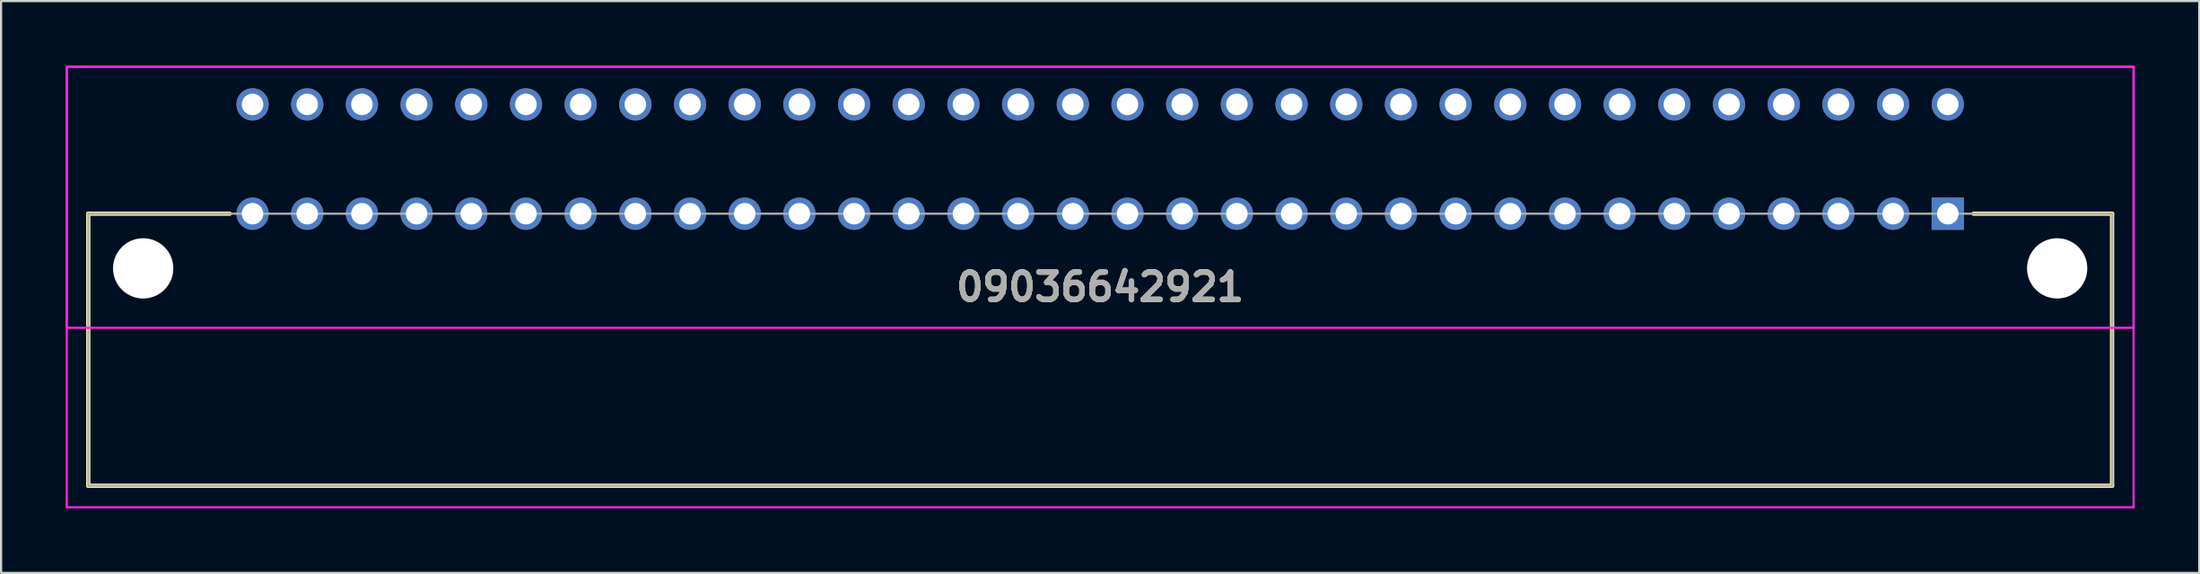
<source format=kicad_pcb>
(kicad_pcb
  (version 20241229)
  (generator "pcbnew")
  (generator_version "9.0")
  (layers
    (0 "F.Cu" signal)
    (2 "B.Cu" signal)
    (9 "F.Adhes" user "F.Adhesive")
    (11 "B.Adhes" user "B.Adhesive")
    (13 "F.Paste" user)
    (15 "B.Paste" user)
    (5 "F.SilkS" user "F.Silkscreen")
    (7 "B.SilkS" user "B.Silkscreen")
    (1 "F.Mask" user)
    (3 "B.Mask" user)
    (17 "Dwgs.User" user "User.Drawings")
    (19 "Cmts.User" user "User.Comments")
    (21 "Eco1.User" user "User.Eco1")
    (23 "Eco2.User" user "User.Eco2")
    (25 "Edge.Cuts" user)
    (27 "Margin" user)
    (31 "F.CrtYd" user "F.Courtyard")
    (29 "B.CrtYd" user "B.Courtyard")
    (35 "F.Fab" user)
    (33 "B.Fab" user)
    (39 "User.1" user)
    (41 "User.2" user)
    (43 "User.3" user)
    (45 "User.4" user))
  (footprint "09036642921"
    (layer "F.Cu")
    (at 87.42 6.88)
    (property "Reference" "09036642921" (at -39.37 3.405 0) (layer "F.SilkS") (effects (font (size 1.27 1.27) (thickness 0.254))))
    (attr through_hole)
    (fp_line (start -86.37 0) (end -79.8 0) (stroke (width 0.2) (type solid)) (layer "F.SilkS"))
    (fp_line (start -86.37 12.64) (end -86.37 0) (stroke (width 0.2) (type solid)) (layer "F.SilkS"))
    (fp_line (start 1.2 0) (end 7.63 0) (stroke (width 0.2) (type solid)) (layer "F.SilkS"))
    (fp_line (start 7.63 0) (end 7.63 12.64) (stroke (width 0.2) (type solid)) (layer "F.SilkS"))
    (fp_line (start 7.63 12.64) (end -86.37 12.64) (stroke (width 0.2) (type solid)) (layer "F.SilkS"))
    (fp_line (start -87.37 -6.83) (end 8.63 -6.83) (stroke (width 0.1) (type solid)) (layer "F.CrtYd"))
    (fp_line (start -87.37 -6.83) (end 8.63 -6.83) (stroke (width 0.1) (type solid)) (layer "F.CrtYd"))
    (fp_line (start -87.37 5.3) (end -87.37 -6.83) (stroke (width 0.1) (type solid)) (layer "F.CrtYd"))
    (fp_line (start -87.37 13.64) (end -87.37 -6.83) (stroke (width 0.1) (type solid)) (layer "F.CrtYd"))
    (fp_line (start 8.63 -6.83) (end 8.63 5.3) (stroke (width 0.1) (type solid)) (layer "F.CrtYd"))
    (fp_line (start 8.63 -6.83) (end 8.63 13.64) (stroke (width 0.1) (type solid)) (layer "F.CrtYd"))
    (fp_line (start 8.63 5.3) (end -87.37 5.3) (stroke (width 0.1) (type solid)) (layer "F.CrtYd"))
    (fp_line (start 8.63 13.64) (end -87.37 13.64) (stroke (width 0.1) (type solid)) (layer "F.CrtYd"))
    (fp_line (start -86.37 0) (end -86.37 12.64) (stroke (width 0.1) (type solid)) (layer "F.Fab"))
    (fp_line (start -86.37 12.64) (end 7.63 12.64) (stroke (width 0.1) (type solid)) (layer "F.Fab"))
    (fp_line (start 7.63 0) (end -86.37 0) (stroke (width 0.1) (type solid)) (layer "F.Fab"))
    (fp_line (start 7.63 12.64) (end 7.63 0) (stroke (width 0.1) (type solid)) (layer "F.Fab"))
    (fp_text user "${REFERENCE}" (at -39.37 3.405 0) (layer "F.Fab") (effects (font (size 1.27 1.27) (thickness 0.254))))
    (pad "" np_thru_hole circle (at -83.82 2.54) (size 2.8 2.8) (drill 2.8) (layers "*.Cu" "*.Mask"))
    (pad "" np_thru_hole circle (at 5.08 2.54) (size 2.8 2.8) (drill 2.8) (layers "*.Cu" "*.Mask"))
    (pad "A1" thru_hole rect (at 0 0) (size 1.5 1.5) (drill 1) (layers "*.Cu" "*.Mask"))
    (pad "A2" thru_hole circle (at -2.54 0) (size 1.5 1.5) (drill 1) (layers "*.Cu" "*.Mask"))
    (pad "A3" thru_hole circle (at -5.08 0) (size 1.5 1.5) (drill 1) (layers "*.Cu" "*.Mask"))
    (pad "A4" thru_hole circle (at -7.62 0) (size 1.5 1.5) (drill 1) (layers "*.Cu" "*.Mask"))
    (pad "A5" thru_hole circle (at -10.16 0) (size 1.5 1.5) (drill 1) (layers "*.Cu" "*.Mask"))
    (pad "A6" thru_hole circle (at -12.7 0) (size 1.5 1.5) (drill 1) (layers "*.Cu" "*.Mask"))
    (pad "A7" thru_hole circle (at -15.24 0) (size 1.5 1.5) (drill 1) (layers "*.Cu" "*.Mask"))
    (pad "A8" thru_hole circle (at -17.78 0) (size 1.5 1.5) (drill 1) (layers "*.Cu" "*.Mask"))
    (pad "A9" thru_hole circle (at -20.32 0) (size 1.5 1.5) (drill 1) (layers "*.Cu" "*.Mask"))
    (pad "A10" thru_hole circle (at -22.86 0) (size 1.5 1.5) (drill 1) (layers "*.Cu" "*.Mask"))
    (pad "A11" thru_hole circle (at -25.4 0) (size 1.5 1.5) (drill 1) (layers "*.Cu" "*.Mask"))
    (pad "A12" thru_hole circle (at -27.94 0) (size 1.5 1.5) (drill 1) (layers "*.Cu" "*.Mask"))
    (pad "A13" thru_hole circle (at -30.48 0) (size 1.5 1.5) (drill 1) (layers "*.Cu" "*.Mask"))
    (pad "A14" thru_hole circle (at -33.02 0) (size 1.5 1.5) (drill 1) (layers "*.Cu" "*.Mask"))
    (pad "A15" thru_hole circle (at -35.56 0) (size 1.5 1.5) (drill 1) (layers "*.Cu" "*.Mask"))
    (pad "A16" thru_hole circle (at -38.1 0) (size 1.5 1.5) (drill 1) (layers "*.Cu" "*.Mask"))
    (pad "A17" thru_hole circle (at -40.64 0) (size 1.5 1.5) (drill 1) (layers "*.Cu" "*.Mask"))
    (pad "A18" thru_hole circle (at -43.18 0) (size 1.5 1.5) (drill 1) (layers "*.Cu" "*.Mask"))
    (pad "A19" thru_hole circle (at -45.72 0) (size 1.5 1.5) (drill 1) (layers "*.Cu" "*.Mask"))
    (pad "A20" thru_hole circle (at -48.26 0) (size 1.5 1.5) (drill 1) (layers "*.Cu" "*.Mask"))
    (pad "A21" thru_hole circle (at -50.8 0) (size 1.5 1.5) (drill 1) (layers "*.Cu" "*.Mask"))
    (pad "A22" thru_hole circle (at -53.34 0) (size 1.5 1.5) (drill 1) (layers "*.Cu" "*.Mask"))
    (pad "A23" thru_hole circle (at -55.88 0) (size 1.5 1.5) (drill 1) (layers "*.Cu" "*.Mask"))
    (pad "A24" thru_hole circle (at -58.42 0) (size 1.5 1.5) (drill 1) (layers "*.Cu" "*.Mask"))
    (pad "A25" thru_hole circle (at -60.96 0) (size 1.5 1.5) (drill 1) (layers "*.Cu" "*.Mask"))
    (pad "A26" thru_hole circle (at -63.5 0) (size 1.5 1.5) (drill 1) (layers "*.Cu" "*.Mask"))
    (pad "A27" thru_hole circle (at -66.04 0) (size 1.5 1.5) (drill 1) (layers "*.Cu" "*.Mask"))
    (pad "A28" thru_hole circle (at -68.58 0) (size 1.5 1.5) (drill 1) (layers "*.Cu" "*.Mask"))
    (pad "A29" thru_hole circle (at -71.12 0) (size 1.5 1.5) (drill 1) (layers "*.Cu" "*.Mask"))
    (pad "A30" thru_hole circle (at -73.66 0) (size 1.5 1.5) (drill 1) (layers "*.Cu" "*.Mask"))
    (pad "A31" thru_hole circle (at -76.2 0) (size 1.5 1.5) (drill 1) (layers "*.Cu" "*.Mask"))
    (pad "A32" thru_hole circle (at -78.74 0) (size 1.5 1.5) (drill 1) (layers "*.Cu" "*.Mask"))
    (pad "C1" thru_hole circle (at 0 -5.08) (size 1.5 1.5) (drill 1) (layers "*.Cu" "*.Mask"))
    (pad "C2" thru_hole circle (at -2.54 -5.08) (size 1.5 1.5) (drill 1) (layers "*.Cu" "*.Mask"))
    (pad "C3" thru_hole circle (at -5.08 -5.08) (size 1.5 1.5) (drill 1) (layers "*.Cu" "*.Mask"))
    (pad "C4" thru_hole circle (at -7.62 -5.08) (size 1.5 1.5) (drill 1) (layers "*.Cu" "*.Mask"))
    (pad "C5" thru_hole circle (at -10.16 -5.08) (size 1.5 1.5) (drill 1) (layers "*.Cu" "*.Mask"))
    (pad "C6" thru_hole circle (at -12.7 -5.08) (size 1.5 1.5) (drill 1) (layers "*.Cu" "*.Mask"))
    (pad "C7" thru_hole circle (at -15.24 -5.08) (size 1.5 1.5) (drill 1) (layers "*.Cu" "*.Mask"))
    (pad "C8" thru_hole circle (at -17.78 -5.08) (size 1.5 1.5) (drill 1) (layers "*.Cu" "*.Mask"))
    (pad "C9" thru_hole circle (at -20.32 -5.08) (size 1.5 1.5) (drill 1) (layers "*.Cu" "*.Mask"))
    (pad "C10" thru_hole circle (at -22.86 -5.08) (size 1.5 1.5) (drill 1) (layers "*.Cu" "*.Mask"))
    (pad "C11" thru_hole circle (at -25.4 -5.08) (size 1.5 1.5) (drill 1) (layers "*.Cu" "*.Mask"))
    (pad "C12" thru_hole circle (at -27.94 -5.08) (size 1.5 1.5) (drill 1) (layers "*.Cu" "*.Mask"))
    (pad "C13" thru_hole circle (at -30.48 -5.08) (size 1.5 1.5) (drill 1) (layers "*.Cu" "*.Mask"))
    (pad "C14" thru_hole circle (at -33.02 -5.08) (size 1.5 1.5) (drill 1) (layers "*.Cu" "*.Mask"))
    (pad "C15" thru_hole circle (at -35.56 -5.08) (size 1.5 1.5) (drill 1) (layers "*.Cu" "*.Mask"))
    (pad "C16" thru_hole circle (at -38.1 -5.08) (size 1.5 1.5) (drill 1) (layers "*.Cu" "*.Mask"))
    (pad "C17" thru_hole circle (at -40.64 -5.08) (size 1.5 1.5) (drill 1) (layers "*.Cu" "*.Mask"))
    (pad "C18" thru_hole circle (at -43.18 -5.08) (size 1.5 1.5) (drill 1) (layers "*.Cu" "*.Mask"))
    (pad "C19" thru_hole circle (at -45.72 -5.08) (size 1.5 1.5) (drill 1) (layers "*.Cu" "*.Mask"))
    (pad "C20" thru_hole circle (at -48.26 -5.08) (size 1.5 1.5) (drill 1) (layers "*.Cu" "*.Mask"))
    (pad "C21" thru_hole circle (at -50.8 -5.08) (size 1.5 1.5) (drill 1) (layers "*.Cu" "*.Mask"))
    (pad "C22" thru_hole circle (at -53.34 -5.08) (size 1.5 1.5) (drill 1) (layers "*.Cu" "*.Mask"))
    (pad "C23" thru_hole circle (at -55.88 -5.08) (size 1.5 1.5) (drill 1) (layers "*.Cu" "*.Mask"))
    (pad "C24" thru_hole circle (at -58.42 -5.08) (size 1.5 1.5) (drill 1) (layers "*.Cu" "*.Mask"))
    (pad "C25" thru_hole circle (at -60.96 -5.08) (size 1.5 1.5) (drill 1) (layers "*.Cu" "*.Mask"))
    (pad "C26" thru_hole circle (at -63.5 -5.08) (size 1.5 1.5) (drill 1) (layers "*.Cu" "*.Mask"))
    (pad "C27" thru_hole circle (at -66.04 -5.08) (size 1.5 1.5) (drill 1) (layers "*.Cu" "*.Mask"))
    (pad "C28" thru_hole circle (at -68.58 -5.08) (size 1.5 1.5) (drill 1) (layers "*.Cu" "*.Mask"))
    (pad "C29" thru_hole circle (at -71.12 -5.08) (size 1.5 1.5) (drill 1) (layers "*.Cu" "*.Mask"))
    (pad "C30" thru_hole circle (at -73.66 -5.08) (size 1.5 1.5) (drill 1) (layers "*.Cu" "*.Mask"))
    (pad "C31" thru_hole circle (at -76.2 -5.08) (size 1.5 1.5) (drill 1) (layers "*.Cu" "*.Mask"))
    (pad "C32" thru_hole circle (at -78.74 -5.08) (size 1.5 1.5) (drill 1) (layers "*.Cu" "*.Mask")))
  (gr_rect
    (start -3 -3)
    (end 99.1 23.57)
    (stroke (width 0.1) (type default))
    (fill no)
    (layer "Edge.Cuts")))
</source>
